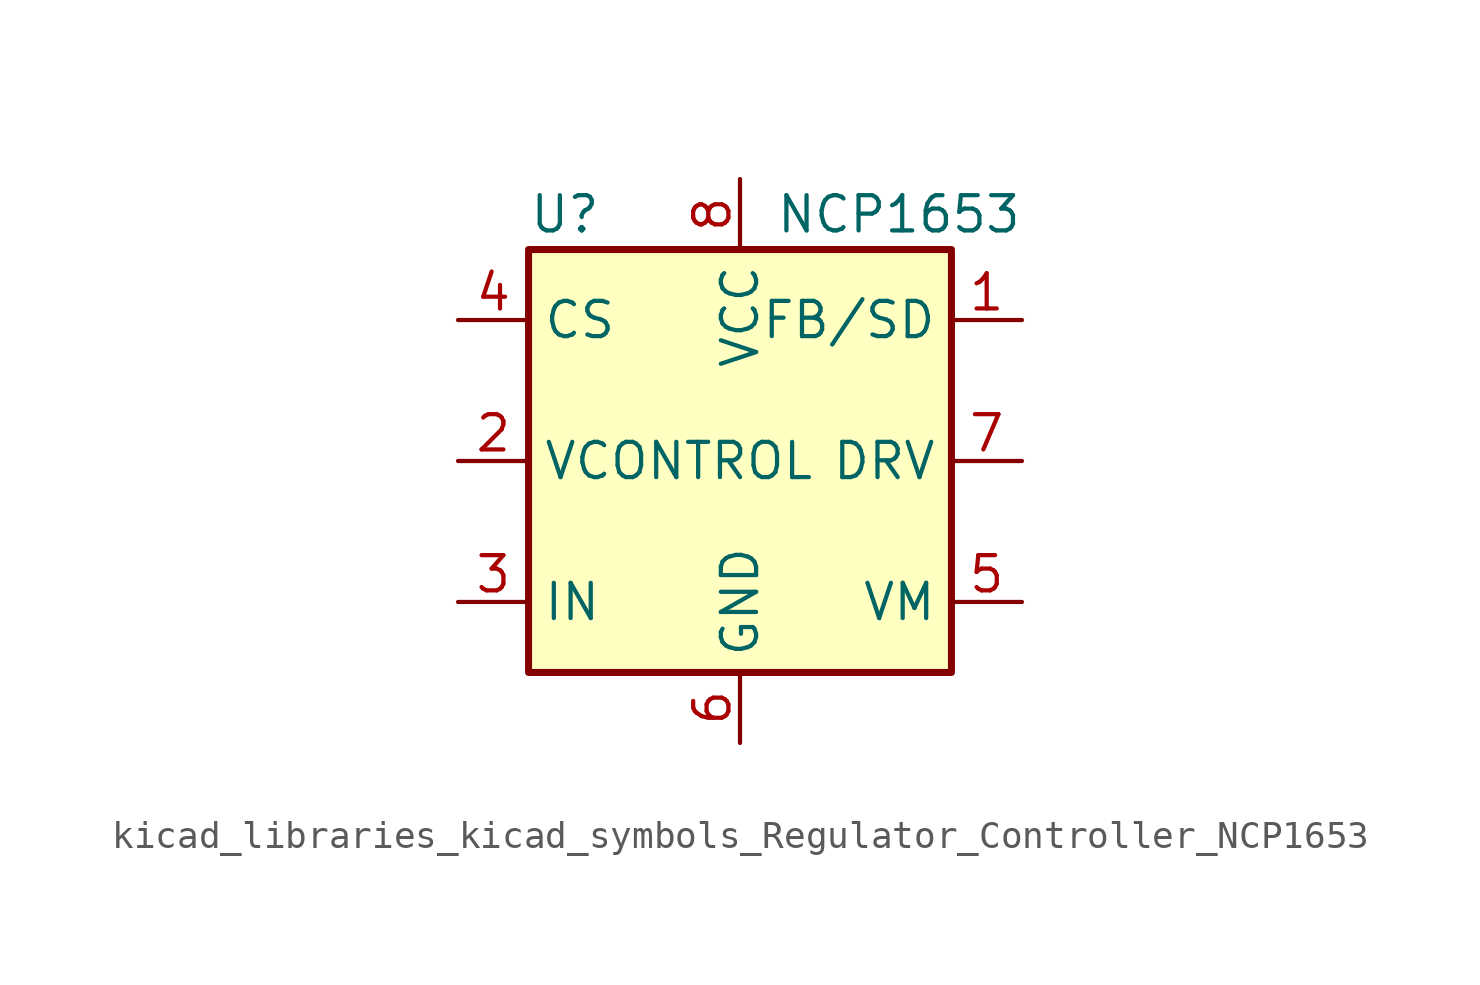
<source format=kicad_sym>
(kicad_symbol_lib
  (version 20220914)
  (generator kicad_symbol_editor)
  (symbol "kicad_libraries_kicad_symbols_Regulator_Controller_NCP1653"
    (property "Reference" "U"
      (at -7.62 8.89 0)
      (effects (font (size 1.27 1.27)) (justify left)))
    (property "Value" "NCP1653"
      (at 1.27 8.89 0)
      (effects (font (size 1.27 1.27)) (justify left)))
    (symbol "kicad_libraries_kicad_symbols_Regulator_Controller_NCP1653_0_0"
      (rectangle (start -7.62 7.62) (end 7.62 -7.62) (stroke (width 0.254) (type default)) (fill (type background))))
    (symbol "kicad_libraries_kicad_symbols_Regulator_Controller_NCP1653_1_1"
      (pin input line (at 10.16 5.08 180) (length 2.54) (name "FB/SD" (effects (font (size 1.27 1.27)))) (number "1" (effects (font (size 1.27 1.27)))))
      (pin passive line (at -10.16 0 0) (length 2.54) (name "VCONTROL" (effects (font (size 1.27 1.27)))) (number "2" (effects (font (size 1.27 1.27)))))
      (pin input line (at -10.16 -5.08 0) (length 2.54) (name "IN" (effects (font (size 1.27 1.27)))) (number "3" (effects (font (size 1.27 1.27)))))
      (pin input line (at -10.16 5.08 0) (length 2.54) (name "CS" (effects (font (size 1.27 1.27)))) (number "4" (effects (font (size 1.27 1.27)))))
      (pin passive line (at 10.16 -5.08 180) (length 2.54) (name "VM" (effects (font (size 1.27 1.27)))) (number "5" (effects (font (size 1.27 1.27)))))
      (pin power_in line (at 0 -10.16 90) (length 2.54) (name "GND" (effects (font (size 1.27 1.27)))) (number "6" (effects (font (size 1.27 1.27)))))
      (pin output line (at 10.16 0 180) (length 2.54) (name "DRV" (effects (font (size 1.27 1.27)))) (number "7" (effects (font (size 1.27 1.27)))))
      (pin power_in line (at 0 10.16 270) (length 2.54) (name "VCC" (effects (font (size 1.27 1.27)))) (number "8" (effects (font (size 1.27 1.27))))))))
</source>
